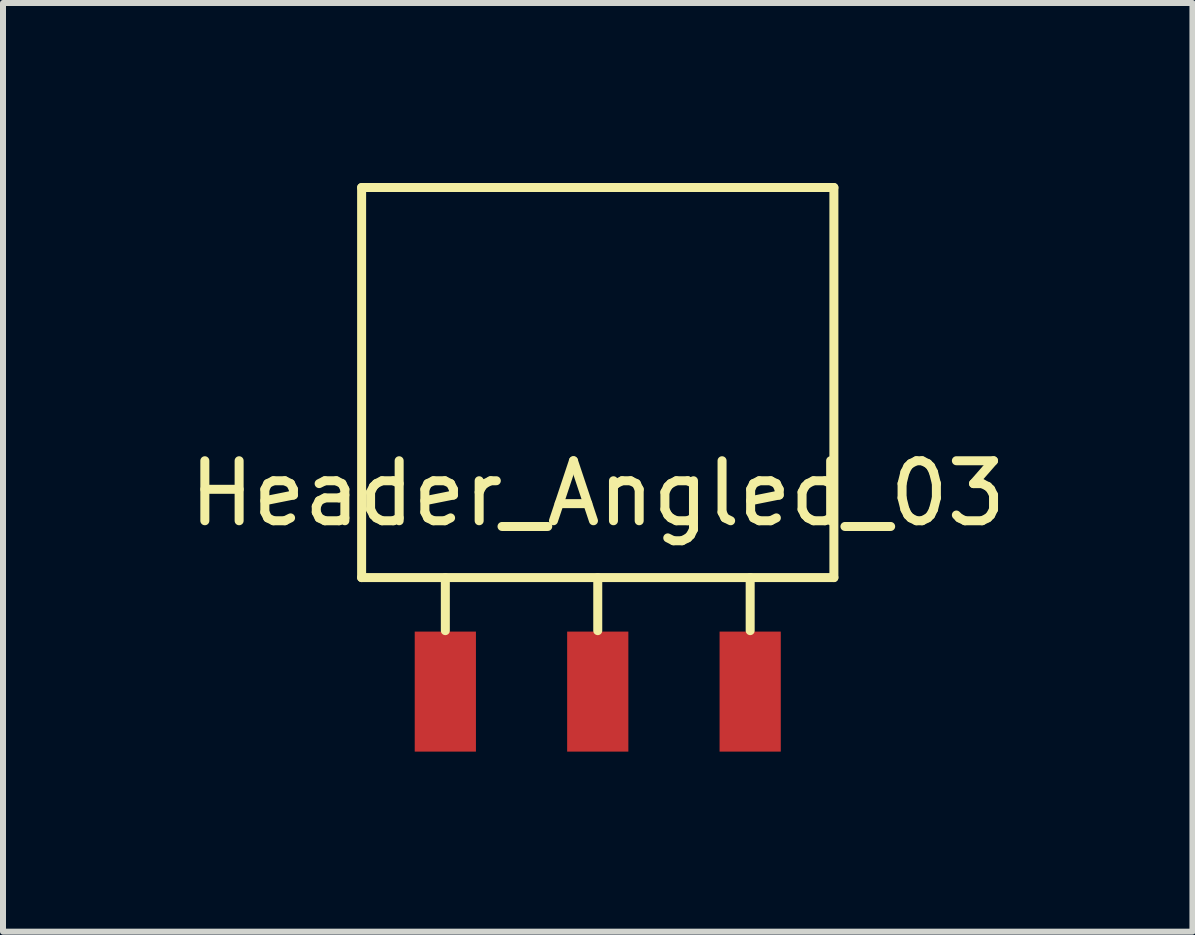
<source format=kicad_pcb>
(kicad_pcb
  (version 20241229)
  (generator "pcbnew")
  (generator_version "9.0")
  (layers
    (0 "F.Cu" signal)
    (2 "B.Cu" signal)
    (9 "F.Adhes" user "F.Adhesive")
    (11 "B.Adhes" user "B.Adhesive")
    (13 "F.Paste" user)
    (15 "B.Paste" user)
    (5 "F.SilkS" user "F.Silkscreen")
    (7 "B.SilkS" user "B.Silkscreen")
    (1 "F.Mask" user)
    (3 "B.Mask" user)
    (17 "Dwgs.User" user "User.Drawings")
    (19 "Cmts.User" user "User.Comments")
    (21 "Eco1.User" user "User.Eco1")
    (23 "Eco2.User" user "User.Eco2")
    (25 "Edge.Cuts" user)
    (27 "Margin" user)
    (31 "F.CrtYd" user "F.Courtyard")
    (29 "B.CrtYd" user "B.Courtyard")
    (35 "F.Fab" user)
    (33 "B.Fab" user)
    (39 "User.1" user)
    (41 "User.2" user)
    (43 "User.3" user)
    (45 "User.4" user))
  (footprint "Header_Angled_03"
    (layer "F.Cu")
    (at 6.911 8.475)
    (property "Reference" "Header_Angled_03" (at 0 -3.302 0) (layer "F.SilkS") (effects (font (size 1 1) (thickness 0.15))))
    (attr through_hole)
    (fp_line (start -3.935 -8.4) (end 3.935 -8.4) (stroke (width 0.15) (type solid)) (layer "F.SilkS"))
    (fp_line (start -3.935 -1.9) (end -3.935 -8.4) (stroke (width 0.15) (type solid)) (layer "F.SilkS"))
    (fp_line (start -3.935 -1.9) (end 3.935 -1.9) (stroke (width 0.15) (type solid)) (layer "F.SilkS"))
    (fp_line (start -2.54 -1.016) (end -2.54 -1.9) (stroke (width 0.15) (type solid)) (layer "F.SilkS"))
    (fp_line (start 0 -1.016) (end 0 -1.9) (stroke (width 0.15) (type solid)) (layer "F.SilkS"))
    (fp_line (start 2.54 -1.016) (end 2.54 -1.9) (stroke (width 0.15) (type solid)) (layer "F.SilkS"))
    (fp_line (start 3.935 -1.9) (end 3.935 -8.4) (stroke (width 0.15) (type solid)) (layer "F.SilkS"))
    (pad "1" smd rect (at 0 0) (size 1.02 2) (layers "F.Cu" "F.Mask" "F.Paste"))
    (pad "2" smd rect (at -2.54 0) (size 1.02 2) (layers "F.Cu" "F.Mask" "F.Paste"))
    (pad "3" smd rect (at 2.54 0) (size 1.02 2) (layers "F.Cu" "F.Mask" "F.Paste")))
  (gr_rect
    (start -3 -3)
    (end 16.821 12.475)
    (stroke (width 0.1) (type default))
    (fill no)
    (layer "Edge.Cuts")))
</source>
